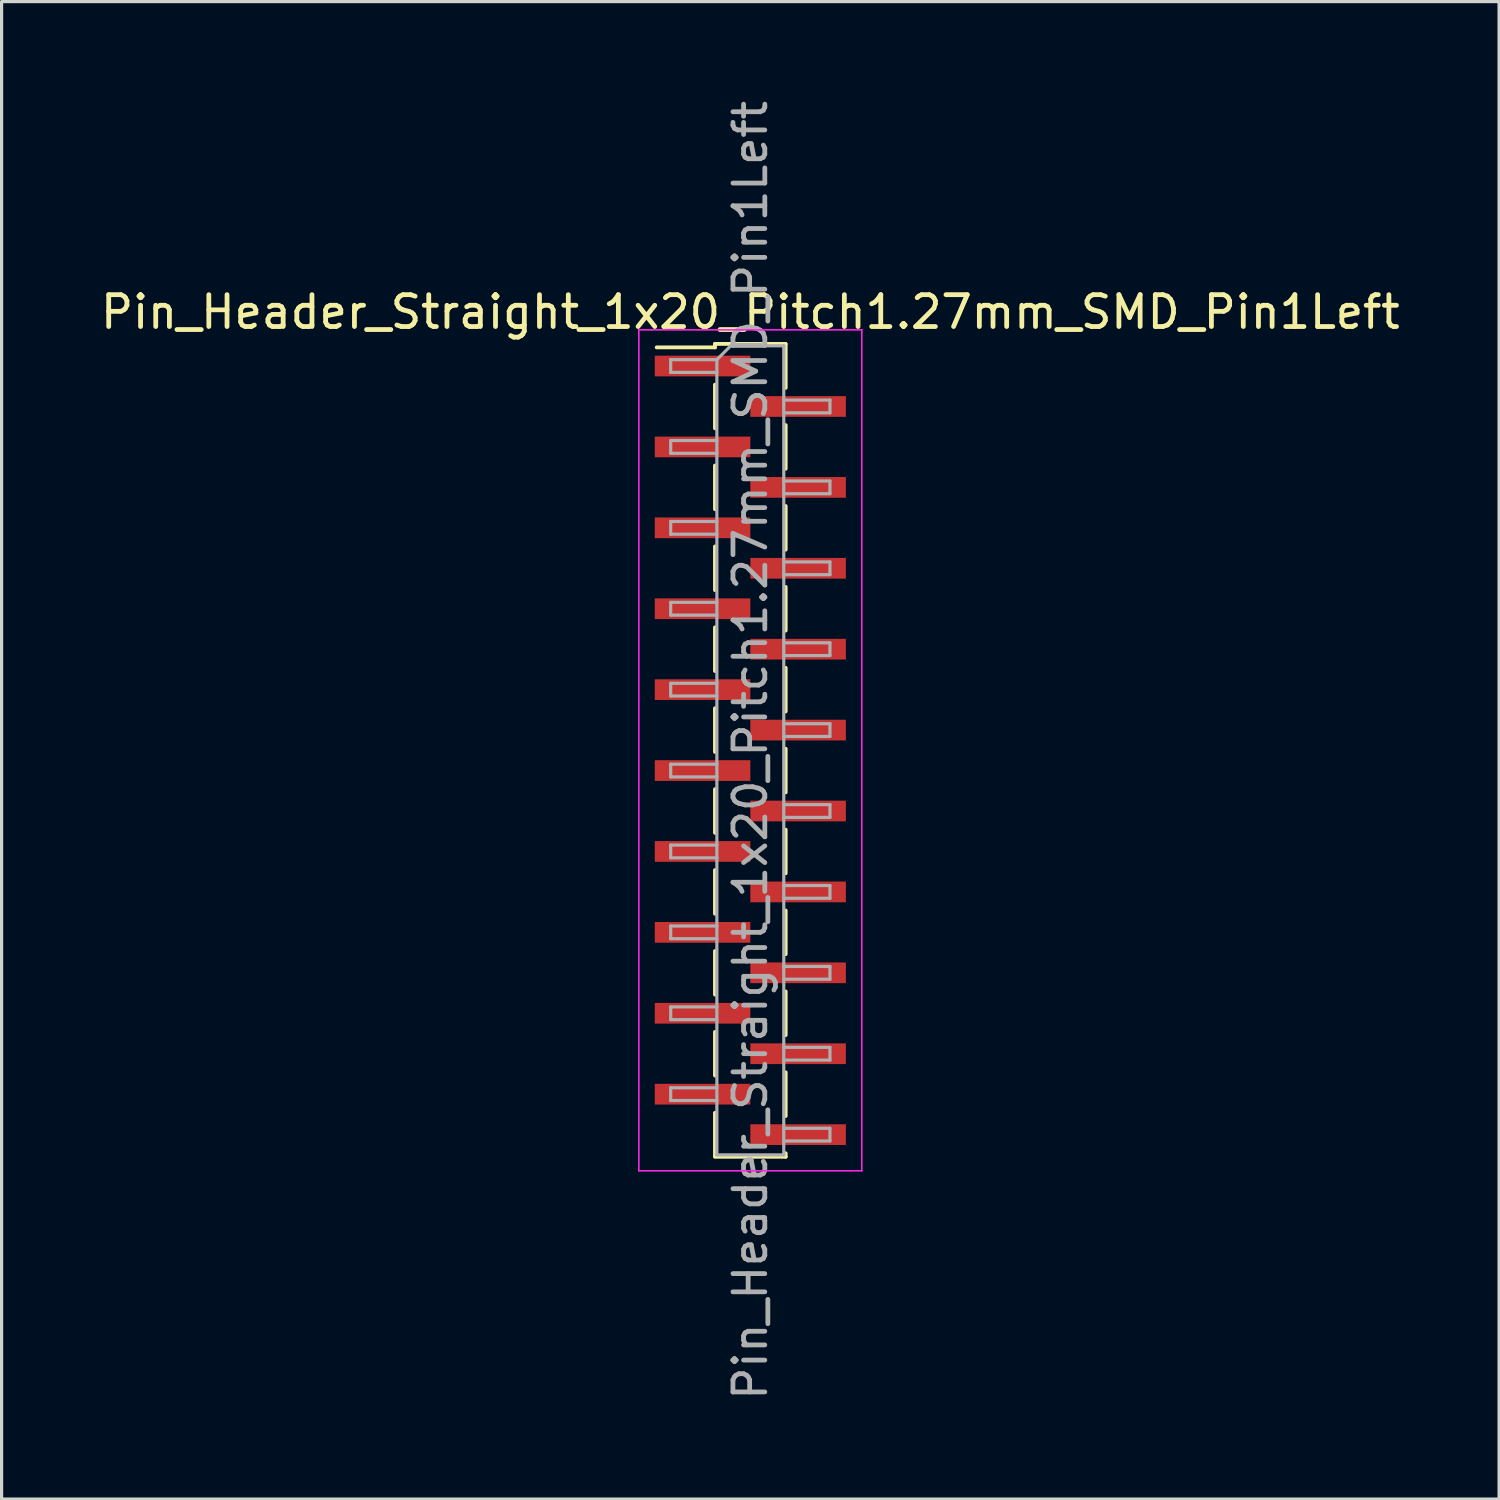
<source format=kicad_pcb>
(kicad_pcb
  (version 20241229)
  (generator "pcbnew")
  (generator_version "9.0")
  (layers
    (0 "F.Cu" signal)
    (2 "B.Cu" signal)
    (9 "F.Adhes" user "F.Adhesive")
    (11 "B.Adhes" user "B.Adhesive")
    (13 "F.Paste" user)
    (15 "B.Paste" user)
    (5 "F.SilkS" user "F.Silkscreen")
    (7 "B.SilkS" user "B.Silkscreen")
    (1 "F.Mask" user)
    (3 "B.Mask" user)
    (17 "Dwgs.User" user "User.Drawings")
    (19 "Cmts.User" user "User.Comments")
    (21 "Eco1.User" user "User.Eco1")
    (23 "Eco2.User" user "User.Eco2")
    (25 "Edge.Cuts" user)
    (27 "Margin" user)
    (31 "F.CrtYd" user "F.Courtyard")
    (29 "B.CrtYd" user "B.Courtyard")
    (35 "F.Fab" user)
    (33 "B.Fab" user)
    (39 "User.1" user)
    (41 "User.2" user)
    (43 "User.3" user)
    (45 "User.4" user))
  (footprint "Pin_Header_Straight_1x20_Pitch1.27mm_SMD_Pin1Left"
    (layer "F.Cu")
    (at 20.506 20.506)
    (property "Reference" "Pin_Header_Straight_1x20_Pitch1.27mm_SMD_Pin1Left" (at 0 -13.76 0) (layer "F.SilkS") (effects (font (size 1 1) (thickness 0.15))))
    (attr smd)
    (fp_line (start -1.11 -12.76) (end -1.11 -12.65) (stroke (width 0.12) (type solid)) (layer "F.SilkS"))
    (fp_line (start -1.11 -12.76) (end 1.11 -12.76) (stroke (width 0.12) (type solid)) (layer "F.SilkS"))
    (fp_line (start -1.11 -12.65) (end -2.94 -12.65) (stroke (width 0.12) (type solid)) (layer "F.SilkS"))
    (fp_line (start -1.11 -11.48) (end -1.11 -10.11) (stroke (width 0.12) (type solid)) (layer "F.SilkS"))
    (fp_line (start -1.11 -8.94) (end -1.11 -7.57) (stroke (width 0.12) (type solid)) (layer "F.SilkS"))
    (fp_line (start -1.11 -6.4) (end -1.11 -5.03) (stroke (width 0.12) (type solid)) (layer "F.SilkS"))
    (fp_line (start -1.11 -3.86) (end -1.11 -2.49) (stroke (width 0.12) (type solid)) (layer "F.SilkS"))
    (fp_line (start -1.11 -1.32) (end -1.11 0.05) (stroke (width 0.12) (type solid)) (layer "F.SilkS"))
    (fp_line (start -1.11 1.22) (end -1.11 2.59) (stroke (width 0.12) (type solid)) (layer "F.SilkS"))
    (fp_line (start -1.11 3.76) (end -1.11 5.13) (stroke (width 0.12) (type solid)) (layer "F.SilkS"))
    (fp_line (start -1.11 6.3) (end -1.11 7.67) (stroke (width 0.12) (type solid)) (layer "F.SilkS"))
    (fp_line (start -1.11 8.84) (end -1.11 10.21) (stroke (width 0.12) (type solid)) (layer "F.SilkS"))
    (fp_line (start -1.11 11.38) (end -1.11 12.75) (stroke (width 0.12) (type solid)) (layer "F.SilkS"))
    (fp_line (start -1.11 12.76) (end 1.11 12.76) (stroke (width 0.12) (type solid)) (layer "F.SilkS"))
    (fp_line (start 1.11 -12.75) (end 1.11 -11.38) (stroke (width 0.12) (type solid)) (layer "F.SilkS"))
    (fp_line (start 1.11 -10.21) (end 1.11 -8.84) (stroke (width 0.12) (type solid)) (layer "F.SilkS"))
    (fp_line (start 1.11 -7.67) (end 1.11 -6.3) (stroke (width 0.12) (type solid)) (layer "F.SilkS"))
    (fp_line (start 1.11 -5.13) (end 1.11 -3.76) (stroke (width 0.12) (type solid)) (layer "F.SilkS"))
    (fp_line (start 1.11 -2.59) (end 1.11 -1.22) (stroke (width 0.12) (type solid)) (layer "F.SilkS"))
    (fp_line (start 1.11 -0.05) (end 1.11 1.32) (stroke (width 0.12) (type solid)) (layer "F.SilkS"))
    (fp_line (start 1.11 2.49) (end 1.11 3.86) (stroke (width 0.12) (type solid)) (layer "F.SilkS"))
    (fp_line (start 1.11 5.03) (end 1.11 6.4) (stroke (width 0.12) (type solid)) (layer "F.SilkS"))
    (fp_line (start 1.11 7.57) (end 1.11 8.94) (stroke (width 0.12) (type solid)) (layer "F.SilkS"))
    (fp_line (start 1.11 10.11) (end 1.11 11.48) (stroke (width 0.12) (type solid)) (layer "F.SilkS"))
    (fp_line (start 1.11 12.65) (end 1.11 12.76) (stroke (width 0.12) (type solid)) (layer "F.SilkS"))
    (fp_line (start -3.5 -13.2) (end -3.5 13.2) (stroke (width 0.05) (type solid)) (layer "F.CrtYd"))
    (fp_line (start -3.5 13.2) (end 3.5 13.2) (stroke (width 0.05) (type solid)) (layer "F.CrtYd"))
    (fp_line (start 3.5 -13.2) (end -3.5 -13.2) (stroke (width 0.05) (type solid)) (layer "F.CrtYd"))
    (fp_line (start 3.5 13.2) (end 3.5 -13.2) (stroke (width 0.05) (type solid)) (layer "F.CrtYd"))
    (fp_line (start -2.5 -12.265) (end -2.5 -11.865) (stroke (width 0.1) (type solid)) (layer "F.Fab"))
    (fp_line (start -2.5 -11.865) (end -1.05 -11.865) (stroke (width 0.1) (type solid)) (layer "F.Fab"))
    (fp_line (start -2.5 -9.725) (end -2.5 -9.325) (stroke (width 0.1) (type solid)) (layer "F.Fab"))
    (fp_line (start -2.5 -9.325) (end -1.05 -9.325) (stroke (width 0.1) (type solid)) (layer "F.Fab"))
    (fp_line (start -2.5 -7.185) (end -2.5 -6.785) (stroke (width 0.1) (type solid)) (layer "F.Fab"))
    (fp_line (start -2.5 -6.785) (end -1.05 -6.785) (stroke (width 0.1) (type solid)) (layer "F.Fab"))
    (fp_line (start -2.5 -4.645) (end -2.5 -4.245) (stroke (width 0.1) (type solid)) (layer "F.Fab"))
    (fp_line (start -2.5 -4.245) (end -1.05 -4.245) (stroke (width 0.1) (type solid)) (layer "F.Fab"))
    (fp_line (start -2.5 -2.105) (end -2.5 -1.705) (stroke (width 0.1) (type solid)) (layer "F.Fab"))
    (fp_line (start -2.5 -1.705) (end -1.05 -1.705) (stroke (width 0.1) (type solid)) (layer "F.Fab"))
    (fp_line (start -2.5 0.435) (end -2.5 0.835) (stroke (width 0.1) (type solid)) (layer "F.Fab"))
    (fp_line (start -2.5 0.835) (end -1.05 0.835) (stroke (width 0.1) (type solid)) (layer "F.Fab"))
    (fp_line (start -2.5 2.975) (end -2.5 3.375) (stroke (width 0.1) (type solid)) (layer "F.Fab"))
    (fp_line (start -2.5 3.375) (end -1.05 3.375) (stroke (width 0.1) (type solid)) (layer "F.Fab"))
    (fp_line (start -2.5 5.515) (end -2.5 5.915) (stroke (width 0.1) (type solid)) (layer "F.Fab"))
    (fp_line (start -2.5 5.915) (end -1.05 5.915) (stroke (width 0.1) (type solid)) (layer "F.Fab"))
    (fp_line (start -2.5 8.055) (end -2.5 8.455) (stroke (width 0.1) (type solid)) (layer "F.Fab"))
    (fp_line (start -2.5 8.455) (end -1.05 8.455) (stroke (width 0.1) (type solid)) (layer "F.Fab"))
    (fp_line (start -2.5 10.595) (end -2.5 10.995) (stroke (width 0.1) (type solid)) (layer "F.Fab"))
    (fp_line (start -2.5 10.995) (end -1.05 10.995) (stroke (width 0.1) (type solid)) (layer "F.Fab"))
    (fp_line (start -1.05 -12.265) (end -2.5 -12.265) (stroke (width 0.1) (type solid)) (layer "F.Fab"))
    (fp_line (start -1.05 -12.265) (end -0.615 -12.7) (stroke (width 0.1) (type solid)) (layer "F.Fab"))
    (fp_line (start -1.05 -9.725) (end -2.5 -9.725) (stroke (width 0.1) (type solid)) (layer "F.Fab"))
    (fp_line (start -1.05 -7.185) (end -2.5 -7.185) (stroke (width 0.1) (type solid)) (layer "F.Fab"))
    (fp_line (start -1.05 -4.645) (end -2.5 -4.645) (stroke (width 0.1) (type solid)) (layer "F.Fab"))
    (fp_line (start -1.05 -2.105) (end -2.5 -2.105) (stroke (width 0.1) (type solid)) (layer "F.Fab"))
    (fp_line (start -1.05 0.435) (end -2.5 0.435) (stroke (width 0.1) (type solid)) (layer "F.Fab"))
    (fp_line (start -1.05 2.975) (end -2.5 2.975) (stroke (width 0.1) (type solid)) (layer "F.Fab"))
    (fp_line (start -1.05 5.515) (end -2.5 5.515) (stroke (width 0.1) (type solid)) (layer "F.Fab"))
    (fp_line (start -1.05 8.055) (end -2.5 8.055) (stroke (width 0.1) (type solid)) (layer "F.Fab"))
    (fp_line (start -1.05 10.595) (end -2.5 10.595) (stroke (width 0.1) (type solid)) (layer "F.Fab"))
    (fp_line (start -1.05 12.7) (end -1.05 -12.265) (stroke (width 0.1) (type solid)) (layer "F.Fab"))
    (fp_line (start -0.615 -12.7) (end 1.05 -12.7) (stroke (width 0.1) (type solid)) (layer "F.Fab"))
    (fp_line (start 1.05 -12.7) (end 1.05 12.7) (stroke (width 0.1) (type solid)) (layer "F.Fab"))
    (fp_line (start 1.05 -10.995) (end 2.5 -10.995) (stroke (width 0.1) (type solid)) (layer "F.Fab"))
    (fp_line (start 1.05 -8.455) (end 2.5 -8.455) (stroke (width 0.1) (type solid)) (layer "F.Fab"))
    (fp_line (start 1.05 -5.915) (end 2.5 -5.915) (stroke (width 0.1) (type solid)) (layer "F.Fab"))
    (fp_line (start 1.05 -3.375) (end 2.5 -3.375) (stroke (width 0.1) (type solid)) (layer "F.Fab"))
    (fp_line (start 1.05 -0.835) (end 2.5 -0.835) (stroke (width 0.1) (type solid)) (layer "F.Fab"))
    (fp_line (start 1.05 1.705) (end 2.5 1.705) (stroke (width 0.1) (type solid)) (layer "F.Fab"))
    (fp_line (start 1.05 4.245) (end 2.5 4.245) (stroke (width 0.1) (type solid)) (layer "F.Fab"))
    (fp_line (start 1.05 6.785) (end 2.5 6.785) (stroke (width 0.1) (type solid)) (layer "F.Fab"))
    (fp_line (start 1.05 9.325) (end 2.5 9.325) (stroke (width 0.1) (type solid)) (layer "F.Fab"))
    (fp_line (start 1.05 11.865) (end 2.5 11.865) (stroke (width 0.1) (type solid)) (layer "F.Fab"))
    (fp_line (start 1.05 12.7) (end -1.05 12.7) (stroke (width 0.1) (type solid)) (layer "F.Fab"))
    (fp_line (start 2.5 -10.995) (end 2.5 -10.595) (stroke (width 0.1) (type solid)) (layer "F.Fab"))
    (fp_line (start 2.5 -10.595) (end 1.05 -10.595) (stroke (width 0.1) (type solid)) (layer "F.Fab"))
    (fp_line (start 2.5 -8.455) (end 2.5 -8.055) (stroke (width 0.1) (type solid)) (layer "F.Fab"))
    (fp_line (start 2.5 -8.055) (end 1.05 -8.055) (stroke (width 0.1) (type solid)) (layer "F.Fab"))
    (fp_line (start 2.5 -5.915) (end 2.5 -5.515) (stroke (width 0.1) (type solid)) (layer "F.Fab"))
    (fp_line (start 2.5 -5.515) (end 1.05 -5.515) (stroke (width 0.1) (type solid)) (layer "F.Fab"))
    (fp_line (start 2.5 -3.375) (end 2.5 -2.975) (stroke (width 0.1) (type solid)) (layer "F.Fab"))
    (fp_line (start 2.5 -2.975) (end 1.05 -2.975) (stroke (width 0.1) (type solid)) (layer "F.Fab"))
    (fp_line (start 2.5 -0.835) (end 2.5 -0.435) (stroke (width 0.1) (type solid)) (layer "F.Fab"))
    (fp_line (start 2.5 -0.435) (end 1.05 -0.435) (stroke (width 0.1) (type solid)) (layer "F.Fab"))
    (fp_line (start 2.5 1.705) (end 2.5 2.105) (stroke (width 0.1) (type solid)) (layer "F.Fab"))
    (fp_line (start 2.5 2.105) (end 1.05 2.105) (stroke (width 0.1) (type solid)) (layer "F.Fab"))
    (fp_line (start 2.5 4.245) (end 2.5 4.645) (stroke (width 0.1) (type solid)) (layer "F.Fab"))
    (fp_line (start 2.5 4.645) (end 1.05 4.645) (stroke (width 0.1) (type solid)) (layer "F.Fab"))
    (fp_line (start 2.5 6.785) (end 2.5 7.185) (stroke (width 0.1) (type solid)) (layer "F.Fab"))
    (fp_line (start 2.5 7.185) (end 1.05 7.185) (stroke (width 0.1) (type solid)) (layer "F.Fab"))
    (fp_line (start 2.5 9.325) (end 2.5 9.725) (stroke (width 0.1) (type solid)) (layer "F.Fab"))
    (fp_line (start 2.5 9.725) (end 1.05 9.725) (stroke (width 0.1) (type solid)) (layer "F.Fab"))
    (fp_line (start 2.5 11.865) (end 2.5 12.265) (stroke (width 0.1) (type solid)) (layer "F.Fab"))
    (fp_line (start 2.5 12.265) (end 1.05 12.265) (stroke (width 0.1) (type solid)) (layer "F.Fab"))
    (fp_text user "${REFERENCE}" (at 0 0 90) (layer "F.Fab") (effects (font (size 1 1) (thickness 0.15))))
    (pad "1" smd rect (at -1.5 -12.065) (size 3 0.65) (layers "F.Cu" "F.Mask" "F.Paste"))
    (pad "2" smd rect (at 1.5 -10.795) (size 3 0.65) (layers "F.Cu" "F.Mask" "F.Paste"))
    (pad "3" smd rect (at -1.5 -9.525) (size 3 0.65) (layers "F.Cu" "F.Mask" "F.Paste"))
    (pad "4" smd rect (at 1.5 -8.255) (size 3 0.65) (layers "F.Cu" "F.Mask" "F.Paste"))
    (pad "5" smd rect (at -1.5 -6.985) (size 3 0.65) (layers "F.Cu" "F.Mask" "F.Paste"))
    (pad "6" smd rect (at 1.5 -5.715) (size 3 0.65) (layers "F.Cu" "F.Mask" "F.Paste"))
    (pad "7" smd rect (at -1.5 -4.445) (size 3 0.65) (layers "F.Cu" "F.Mask" "F.Paste"))
    (pad "8" smd rect (at 1.5 -3.175) (size 3 0.65) (layers "F.Cu" "F.Mask" "F.Paste"))
    (pad "9" smd rect (at -1.5 -1.905) (size 3 0.65) (layers "F.Cu" "F.Mask" "F.Paste"))
    (pad "10" smd rect (at 1.5 -0.635) (size 3 0.65) (layers "F.Cu" "F.Mask" "F.Paste"))
    (pad "11" smd rect (at -1.5 0.635) (size 3 0.65) (layers "F.Cu" "F.Mask" "F.Paste"))
    (pad "12" smd rect (at 1.5 1.905) (size 3 0.65) (layers "F.Cu" "F.Mask" "F.Paste"))
    (pad "13" smd rect (at -1.5 3.175) (size 3 0.65) (layers "F.Cu" "F.Mask" "F.Paste"))
    (pad "14" smd rect (at 1.5 4.445) (size 3 0.65) (layers "F.Cu" "F.Mask" "F.Paste"))
    (pad "15" smd rect (at -1.5 5.715) (size 3 0.65) (layers "F.Cu" "F.Mask" "F.Paste"))
    (pad "16" smd rect (at 1.5 6.985) (size 3 0.65) (layers "F.Cu" "F.Mask" "F.Paste"))
    (pad "17" smd rect (at -1.5 8.255) (size 3 0.65) (layers "F.Cu" "F.Mask" "F.Paste"))
    (pad "18" smd rect (at 1.5 9.525) (size 3 0.65) (layers "F.Cu" "F.Mask" "F.Paste"))
    (pad "19" smd rect (at -1.5 10.795) (size 3 0.65) (layers "F.Cu" "F.Mask" "F.Paste"))
    (pad "20" smd rect (at 1.5 12.065) (size 3 0.65) (layers "F.Cu" "F.Mask" "F.Paste")))
  (gr_rect
    (start -3 -3)
    (end 44.012 44.012)
    (stroke (width 0.1) (type default))
    (fill no)
    (layer "Edge.Cuts")))
</source>
